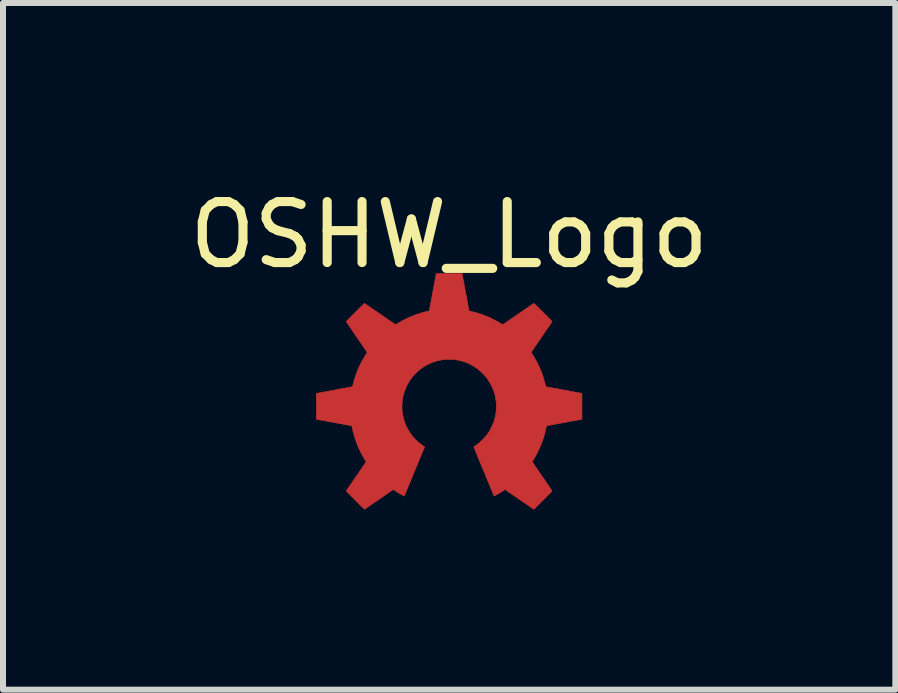
<source format=kicad_pcb>
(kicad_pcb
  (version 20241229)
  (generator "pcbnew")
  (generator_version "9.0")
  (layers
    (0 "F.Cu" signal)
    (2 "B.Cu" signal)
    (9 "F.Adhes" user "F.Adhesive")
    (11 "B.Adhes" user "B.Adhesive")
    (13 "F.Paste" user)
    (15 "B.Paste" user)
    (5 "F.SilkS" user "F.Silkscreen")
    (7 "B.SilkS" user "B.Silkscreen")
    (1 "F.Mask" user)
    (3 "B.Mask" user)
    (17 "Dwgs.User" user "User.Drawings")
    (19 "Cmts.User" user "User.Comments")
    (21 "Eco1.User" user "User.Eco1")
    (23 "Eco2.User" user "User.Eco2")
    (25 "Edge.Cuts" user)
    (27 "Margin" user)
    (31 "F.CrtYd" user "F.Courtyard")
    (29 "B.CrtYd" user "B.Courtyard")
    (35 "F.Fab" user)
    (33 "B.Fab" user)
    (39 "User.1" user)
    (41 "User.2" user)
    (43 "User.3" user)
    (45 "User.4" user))
  (footprint "OSHW_Logo"
    (layer "F.Cu")
    (at 4.433 3.719)
    (property "Reference" "OSHW_Logo" (at 0 -2.857 0) (layer "F.SilkS") (effects (font (size 1.016 1.016) (thickness 0.152))))
    (attr through_hole)
    (fp_poly (pts (xy 0.034 -2.212) (xy 0.06 -2.212) (xy 0.086 -2.212) (xy 0.111 -2.211) (xy 0.134 -2.211) (xy 0.155 -2.211) (xy 0.173 -2.211) (xy 0.189 -2.21) (xy 0.201 -2.21) (xy 0.21 -2.209) (xy 0.215 -2.209) (xy 0.215 -2.209) (xy 0.216 -2.206) (xy 0.217 -2.199) (xy 0.219 -2.188) (xy 0.222 -2.174) (xy 0.225 -2.156) (xy 0.229 -2.134) (xy 0.234 -2.11) (xy 0.239 -2.083) (xy 0.245 -2.054) (xy 0.25 -2.022) (xy 0.257 -1.989) (xy 0.263 -1.954) (xy 0.27 -1.917) (xy 0.274 -1.897) (xy 0.331 -1.589) (xy 0.365 -1.581) (xy 0.448 -1.56) (xy 0.53 -1.535) (xy 0.611 -1.505) (xy 0.69 -1.471) (xy 0.768 -1.432) (xy 0.843 -1.39) (xy 0.866 -1.376) (xy 0.876 -1.37) (xy 0.884 -1.366) (xy 0.891 -1.362) (xy 0.895 -1.361) (xy 0.895 -1.361) (xy 0.897 -1.363) (xy 0.903 -1.367) (xy 0.912 -1.373) (xy 0.924 -1.381) (xy 0.939 -1.392) (xy 0.957 -1.404) (xy 0.978 -1.418) (xy 1 -1.434) (xy 1.025 -1.45) (xy 1.051 -1.469) (xy 1.079 -1.488) (xy 1.109 -1.508) (xy 1.139 -1.529) (xy 1.154 -1.539) (xy 1.185 -1.56) (xy 1.215 -1.581) (xy 1.243 -1.6) (xy 1.271 -1.619) (xy 1.296 -1.636) (xy 1.32 -1.652) (xy 1.341 -1.667) (xy 1.36 -1.68) (xy 1.376 -1.691) (xy 1.39 -1.7) (xy 1.401 -1.707) (xy 1.408 -1.712) (xy 1.412 -1.715) (xy 1.412 -1.715) (xy 1.414 -1.713) (xy 1.419 -1.709) (xy 1.427 -1.702) (xy 1.437 -1.692) (xy 1.449 -1.68) (xy 1.463 -1.666) (xy 1.478 -1.651) (xy 1.495 -1.634) (xy 1.513 -1.616) (xy 1.532 -1.598) (xy 1.551 -1.579) (xy 1.57 -1.559) (xy 1.589 -1.54) (xy 1.608 -1.521) (xy 1.626 -1.503) (xy 1.644 -1.486) (xy 1.66 -1.469) (xy 1.674 -1.455) (xy 1.687 -1.442) (xy 1.698 -1.431) (xy 1.706 -1.422) (xy 1.712 -1.416) (xy 1.715 -1.413) (xy 1.716 -1.412) (xy 1.714 -1.41) (xy 1.711 -1.404) (xy 1.705 -1.395) (xy 1.696 -1.383) (xy 1.686 -1.368) (xy 1.674 -1.35) (xy 1.66 -1.33) (xy 1.645 -1.308) (xy 1.628 -1.283) (xy 1.61 -1.257) (xy 1.591 -1.229) (xy 1.571 -1.2) (xy 1.55 -1.169) (xy 1.541 -1.156) (xy 1.52 -1.125) (xy 1.499 -1.095) (xy 1.48 -1.067) (xy 1.461 -1.04) (xy 1.444 -1.014) (xy 1.428 -0.991) (xy 1.414 -0.969) (xy 1.401 -0.951) (xy 1.39 -0.934) (xy 1.381 -0.921) (xy 1.374 -0.91) (xy 1.369 -0.903) (xy 1.366 -0.899) (xy 1.366 -0.899) (xy 1.367 -0.896) (xy 1.371 -0.89) (xy 1.376 -0.882) (xy 1.382 -0.873) (xy 1.384 -0.869) (xy 1.407 -0.832) (xy 1.431 -0.792) (xy 1.454 -0.75) (xy 1.476 -0.707) (xy 1.496 -0.665) (xy 1.503 -0.651) (xy 1.522 -0.607) (xy 1.541 -0.56) (xy 1.558 -0.511) (xy 1.574 -0.461) (xy 1.589 -0.412) (xy 1.601 -0.365) (xy 1.601 -0.364) (xy 1.61 -0.328) (xy 1.62 -0.326) (xy 1.623 -0.325) (xy 1.631 -0.323) (xy 1.642 -0.321) (xy 1.658 -0.318) (xy 1.676 -0.315) (xy 1.698 -0.311) (xy 1.723 -0.306) (xy 1.751 -0.301) (xy 1.78 -0.296) (xy 1.812 -0.29) (xy 1.845 -0.283) (xy 1.88 -0.277) (xy 1.916 -0.27) (xy 1.921 -0.269) (xy 2.212 -0.215) (xy 2.212 -0.00027) (xy 2.212 0.036) (xy 2.212 0.068) (xy 2.212 0.096) (xy 2.212 0.12) (xy 2.212 0.141) (xy 2.212 0.159) (xy 2.212 0.173) (xy 2.211 0.185) (xy 2.211 0.194) (xy 2.211 0.202) (xy 2.211 0.207) (xy 2.21 0.211) (xy 2.21 0.213) (xy 2.209 0.215) (xy 2.209 0.216) (xy 2.208 0.216) (xy 2.205 0.216) (xy 2.198 0.218) (xy 2.187 0.22) (xy 2.173 0.222) (xy 2.154 0.226) (xy 2.133 0.23) (xy 2.109 0.234) (xy 2.082 0.239) (xy 2.053 0.245) (xy 2.022 0.251) (xy 1.988 0.257) (xy 1.954 0.263) (xy 1.918 0.27) (xy 1.913 0.271) (xy 1.621 0.325) (xy 1.613 0.365) (xy 1.594 0.447) (xy 1.57 0.528) (xy 1.542 0.607) (xy 1.511 0.685) (xy 1.475 0.761) (xy 1.436 0.835) (xy 1.404 0.889) (xy 1.398 0.9) (xy 1.392 0.909) (xy 1.387 0.917) (xy 1.385 0.921) (xy 1.384 0.922) (xy 1.385 0.925) (xy 1.389 0.931) (xy 1.395 0.94) (xy 1.404 0.953) (xy 1.414 0.97) (xy 1.427 0.989) (xy 1.442 1.011) (xy 1.46 1.037) (xy 1.479 1.065) (xy 1.499 1.095) (xy 1.522 1.128) (xy 1.546 1.164) (xy 1.549 1.167) (xy 1.569 1.197) (xy 1.589 1.226) (xy 1.608 1.254) (xy 1.626 1.28) (xy 1.643 1.304) (xy 1.658 1.327) (xy 1.672 1.347) (xy 1.684 1.365) (xy 1.694 1.381) (xy 1.703 1.393) (xy 1.709 1.403) (xy 1.713 1.409) (xy 1.714 1.411) (xy 1.714 1.411) (xy 1.713 1.414) (xy 1.708 1.419) (xy 1.701 1.427) (xy 1.691 1.437) (xy 1.678 1.45) (xy 1.664 1.465) (xy 1.647 1.481) (xy 1.629 1.5) (xy 1.609 1.519) (xy 1.589 1.54) (xy 1.567 1.562) (xy 1.563 1.565) (xy 1.412 1.716) (xy 1.203 1.573) (xy 1.174 1.553) (xy 1.146 1.534) (xy 1.119 1.515) (xy 1.093 1.497) (xy 1.069 1.481) (xy 1.046 1.465) (xy 1.025 1.451) (xy 1.007 1.438) (xy 0.991 1.427) (xy 0.978 1.419) (xy 0.969 1.412) (xy 0.963 1.408) (xy 0.931 1.386) (xy 0.91 1.401) (xy 0.896 1.41) (xy 0.881 1.419) (xy 0.865 1.429) (xy 0.848 1.439) (xy 0.831 1.449) (xy 0.814 1.459) (xy 0.799 1.468) (xy 0.784 1.476) (xy 0.771 1.482) (xy 0.761 1.488) (xy 0.753 1.491) (xy 0.749 1.493) (xy 0.747 1.493) (xy 0.746 1.491) (xy 0.744 1.484) (xy 0.74 1.474) (xy 0.734 1.461) (xy 0.727 1.444) (xy 0.719 1.424) (xy 0.71 1.402) (xy 0.699 1.377) (xy 0.688 1.349) (xy 0.676 1.32) (xy 0.663 1.289) (xy 0.649 1.257) (xy 0.635 1.223) (xy 0.621 1.188) (xy 0.606 1.153) (xy 0.592 1.117) (xy 0.577 1.081) (xy 0.562 1.045) (xy 0.547 1.009) (xy 0.532 0.974) (xy 0.518 0.94) (xy 0.504 0.906) (xy 0.491 0.874) (xy 0.478 0.844) (xy 0.467 0.815) (xy 0.456 0.789) (xy 0.445 0.764) (xy 0.437 0.742) (xy 0.429 0.724) (xy 0.422 0.708) (xy 0.417 0.695) (xy 0.413 0.686) (xy 0.411 0.681) (xy 0.411 0.68) (xy 0.411 0.678) (xy 0.412 0.676) (xy 0.414 0.673) (xy 0.419 0.669) (xy 0.428 0.663) (xy 0.438 0.656) (xy 0.466 0.637) (xy 0.49 0.617) (xy 0.514 0.597) (xy 0.538 0.575) (xy 0.555 0.558) (xy 0.579 0.534) (xy 0.599 0.511) (xy 0.618 0.489) (xy 0.636 0.465) (xy 0.654 0.439) (xy 0.655 0.438) (xy 0.686 0.387) (xy 0.713 0.334) (xy 0.736 0.28) (xy 0.755 0.224) (xy 0.769 0.166) (xy 0.78 0.106) (xy 0.783 0.079) (xy 0.784 0.065) (xy 0.785 0.048) (xy 0.785 0.028) (xy 0.786 0.007) (xy 0.786 -0.014) (xy 0.785 -0.034) (xy 0.785 -0.052) (xy 0.784 -0.067) (xy 0.783 -0.073) (xy 0.775 -0.133) (xy 0.763 -0.189) (xy 0.747 -0.244) (xy 0.727 -0.296) (xy 0.704 -0.347) (xy 0.676 -0.398) (xy 0.664 -0.417) (xy 0.631 -0.466) (xy 0.594 -0.511) (xy 0.554 -0.554) (xy 0.511 -0.594) (xy 0.465 -0.631) (xy 0.416 -0.664) (xy 0.364 -0.693) (xy 0.311 -0.719) (xy 0.255 -0.741) (xy 0.251 -0.742) (xy 0.215 -0.753) (xy 0.177 -0.763) (xy 0.138 -0.771) (xy 0.099 -0.777) (xy 0.074 -0.78) (xy 0.059 -0.781) (xy 0.04 -0.782) (xy 0.02 -0.782) (xy -0.002 -0.782) (xy -0.023 -0.782) (xy -0.044 -0.781) (xy -0.061 -0.781) (xy -0.073 -0.78) (xy -0.132 -0.772) (xy -0.189 -0.76) (xy -0.245 -0.744) (xy -0.3 -0.723) (xy -0.353 -0.699) (xy -0.404 -0.671) (xy -0.453 -0.639) (xy -0.499 -0.604) (xy -0.543 -0.565) (xy -0.583 -0.524) (xy -0.621 -0.479) (xy -0.655 -0.431) (xy -0.686 -0.38) (xy -0.701 -0.353) (xy -0.725 -0.301) (xy -0.744 -0.25) (xy -0.76 -0.197) (xy -0.773 -0.143) (xy -0.781 -0.087) (xy -0.782 -0.084) (xy -0.783 -0.067) (xy -0.785 -0.046) (xy -0.785 -0.023) (xy -0.786 0.001) (xy -0.786 0.024) (xy -0.785 0.047) (xy -0.784 0.067) (xy -0.783 0.079) (xy -0.775 0.139) (xy -0.762 0.196) (xy -0.746 0.252) (xy -0.725 0.307) (xy -0.702 0.356) (xy -0.673 0.409) (xy -0.64 0.459) (xy -0.603 0.507) (xy -0.563 0.551) (xy -0.52 0.593) (xy -0.473 0.631) (xy -0.432 0.66) (xy -0.423 0.666) (xy -0.416 0.672) (xy -0.411 0.676) (xy -0.41 0.678) (xy -0.41 0.678) (xy -0.411 0.68) (xy -0.413 0.687) (xy -0.417 0.697) (xy -0.423 0.711) (xy -0.43 0.728) (xy -0.439 0.749) (xy -0.449 0.772) (xy -0.46 0.799) (xy -0.472 0.828) (xy -0.484 0.859) (xy -0.498 0.892) (xy -0.513 0.928) (xy -0.528 0.965) (xy -0.544 1.003) (xy -0.561 1.043) (xy -0.576 1.079) (xy -0.593 1.12) (xy -0.609 1.16) (xy -0.625 1.199) (xy -0.641 1.236) (xy -0.655 1.271) (xy -0.669 1.305) (xy -0.682 1.336) (xy -0.694 1.365) (xy -0.705 1.391) (xy -0.715 1.415) (xy -0.723 1.436) (xy -0.731 1.453) (xy -0.736 1.467) (xy -0.741 1.477) (xy -0.743 1.484) (xy -0.744 1.486) (xy -0.748 1.495) (xy -0.762 1.487) (xy -0.778 1.479) (xy -0.796 1.469) (xy -0.816 1.458) (xy -0.838 1.445) (xy -0.859 1.433) (xy -0.88 1.42) (xy -0.899 1.408) (xy -0.913 1.399) (xy -0.922 1.393) (xy -0.929 1.389) (xy -0.933 1.388) (xy -0.934 1.388) (xy -0.936 1.39) (xy -0.942 1.394) (xy -0.951 1.4) (xy -0.963 1.408) (xy -0.977 1.418) (xy -0.994 1.43) (xy -1.014 1.443) (xy -1.035 1.457) (xy -1.057 1.473) (xy -1.081 1.489) (xy -1.106 1.506) (xy -1.131 1.524) (xy -1.157 1.542) (xy -1.183 1.559) (xy -1.209 1.577) (xy -1.235 1.595) (xy -1.26 1.612) (xy -1.284 1.628) (xy -1.307 1.644) (xy -1.328 1.658) (xy -1.347 1.672) (xy -1.365 1.684) (xy -1.379 1.694) (xy -1.392 1.702) (xy -1.401 1.709) (xy -1.407 1.713) (xy -1.41 1.714) (xy -1.41 1.714) (xy -1.412 1.713) (xy -1.417 1.709) (xy -1.425 1.701) (xy -1.435 1.692) (xy -1.448 1.679) (xy -1.462 1.665) (xy -1.479 1.649) (xy -1.497 1.631) (xy -1.517 1.611) (xy -1.538 1.59) (xy -1.56 1.569) (xy -1.564 1.564) (xy -1.592 1.536) (xy -1.617 1.511) (xy -1.638 1.489) (xy -1.657 1.471) (xy -1.673 1.454) (xy -1.686 1.441) (xy -1.696 1.43) (xy -1.704 1.421) (xy -1.71 1.415) (xy -1.713 1.411) (xy -1.714 1.409) (xy -1.714 1.409) (xy -1.713 1.407) (xy -1.709 1.401) (xy -1.703 1.392) (xy -1.694 1.379) (xy -1.684 1.364) (xy -1.671 1.346) (xy -1.658 1.326) (xy -1.642 1.304) (xy -1.625 1.279) (xy -1.608 1.253) (xy -1.589 1.225) (xy -1.569 1.196) (xy -1.548 1.167) (xy -1.548 1.166) (xy -1.527 1.136) (xy -1.507 1.107) (xy -1.489 1.08) (xy -1.471 1.053) (xy -1.454 1.029) (xy -1.439 1.007) (xy -1.425 0.987) (xy -1.413 0.969) (xy -1.403 0.954) (xy -1.394 0.941) (xy -1.388 0.932) (xy -1.385 0.927) (xy -1.383 0.924) (xy -1.383 0.924) (xy -1.384 0.922) (xy -1.387 0.916) (xy -1.392 0.908) (xy -1.398 0.899) (xy -1.4 0.896) (xy -1.442 0.823) (xy -1.482 0.748) (xy -1.517 0.67) (xy -1.548 0.591) (xy -1.575 0.511) (xy -1.598 0.429) (xy -1.612 0.369) (xy -1.615 0.355) (xy -1.617 0.344) (xy -1.619 0.334) (xy -1.621 0.328) (xy -1.622 0.325) (xy -1.622 0.325) (xy -1.624 0.324) (xy -1.63 0.323) (xy -1.641 0.321) (xy -1.655 0.319) (xy -1.673 0.315) (xy -1.694 0.311) (xy -1.718 0.307) (xy -1.744 0.302) (xy -1.773 0.297) (xy -1.804 0.291) (xy -1.837 0.285) (xy -1.872 0.278) (xy -1.907 0.272) (xy -1.912 0.271) (xy -1.948 0.264) (xy -1.983 0.258) (xy -2.016 0.252) (xy -2.048 0.246) (xy -2.077 0.24) (xy -2.104 0.235) (xy -2.129 0.231) (xy -2.151 0.227) (xy -2.169 0.223) (xy -2.184 0.22) (xy -2.196 0.218) (xy -2.204 0.217) (xy -2.207 0.216) (xy -2.207 0.216) (xy -2.212 0.215) (xy -2.212 -0.000251) (xy -2.212 -0.215) (xy -1.915 -0.27) (xy -1.878 -0.277) (xy -1.843 -0.284) (xy -1.809 -0.29) (xy -1.778 -0.296) (xy -1.748 -0.301) (xy -1.72 -0.306) (xy -1.695 -0.311) (xy -1.673 -0.315) (xy -1.654 -0.319) (xy -1.638 -0.322) (xy -1.626 -0.324) (xy -1.618 -0.326) (xy -1.614 -0.326) (xy -1.614 -0.326) (xy -1.612 -0.328) (xy -1.61 -0.333) (xy -1.607 -0.34) (xy -1.604 -0.352) (xy -1.601 -0.364) (xy -1.581 -0.44) (xy -1.557 -0.516) (xy -1.528 -0.592) (xy -1.496 -0.666) (xy -1.46 -0.739) (xy -1.42 -0.81) (xy -1.387 -0.864) (xy -1.38 -0.875) (xy -1.374 -0.885) (xy -1.37 -0.892) (xy -1.367 -0.897) (xy -1.366 -0.899) (xy -1.368 -0.901) (xy -1.371 -0.907) (xy -1.377 -0.916) (xy -1.386 -0.928) (xy -1.396 -0.943) (xy -1.408 -0.961) (xy -1.422 -0.982) (xy -1.437 -1.004) (xy -1.454 -1.029) (xy -1.472 -1.055) (xy -1.491 -1.083) (xy -1.511 -1.112) (xy -1.532 -1.143) (xy -1.541 -1.156) (xy -1.562 -1.187) (xy -1.583 -1.217) (xy -1.602 -1.245) (xy -1.621 -1.272) (xy -1.638 -1.297) (xy -1.654 -1.321) (xy -1.668 -1.342) (xy -1.681 -1.361) (xy -1.692 -1.377) (xy -1.701 -1.391) (xy -1.708 -1.401) (xy -1.713 -1.408) (xy -1.715 -1.412) (xy -1.716 -1.412) (xy -1.714 -1.414) (xy -1.709 -1.419) (xy -1.702 -1.426) (xy -1.692 -1.436) (xy -1.68 -1.448) (xy -1.667 -1.462) (xy -1.651 -1.478) (xy -1.634 -1.495) (xy -1.617 -1.513) (xy -1.598 -1.531) (xy -1.579 -1.55) (xy -1.56 -1.57) (xy -1.54 -1.589) (xy -1.522 -1.608) (xy -1.503 -1.626) (xy -1.486 -1.643) (xy -1.47 -1.659) (xy -1.455 -1.674) (xy -1.442 -1.687) (xy -1.431 -1.697) (xy -1.422 -1.706) (xy -1.416 -1.712) (xy -1.413 -1.715) (xy -1.412 -1.715) (xy -1.41 -1.714) (xy -1.405 -1.71) (xy -1.395 -1.704) (xy -1.383 -1.696) (xy -1.368 -1.686) (xy -1.35 -1.673) (xy -1.33 -1.66) (xy -1.308 -1.644) (xy -1.283 -1.627) (xy -1.257 -1.609) (xy -1.229 -1.59) (xy -1.199 -1.57) (xy -1.169 -1.549) (xy -1.154 -1.539) (xy -1.123 -1.518) (xy -1.093 -1.497) (xy -1.064 -1.478) (xy -1.037 -1.459) (xy -1.012 -1.441) (xy -0.988 -1.425) (xy -0.967 -1.41) (xy -0.947 -1.397) (xy -0.931 -1.386) (xy -0.917 -1.377) (xy -0.907 -1.369) (xy -0.899 -1.364) (xy -0.895 -1.362) (xy -0.895 -1.361) (xy -0.892 -1.362) (xy -0.886 -1.365) (xy -0.878 -1.369) (xy -0.868 -1.375) (xy -0.866 -1.376) (xy -0.792 -1.419) (xy -0.717 -1.458) (xy -0.639 -1.493) (xy -0.561 -1.524) (xy -0.481 -1.551) (xy -0.4 -1.573) (xy -0.365 -1.581) (xy -0.331 -1.589) (xy -0.274 -1.897) (xy -0.267 -1.934) (xy -0.26 -1.97) (xy -0.254 -2.005) (xy -0.248 -2.037) (xy -0.242 -2.068) (xy -0.237 -2.096) (xy -0.232 -2.122) (xy -0.227 -2.145) (xy -0.224 -2.165) (xy -0.221 -2.181) (xy -0.218 -2.194) (xy -0.216 -2.203) (xy -0.215 -2.208) (xy -0.215 -2.209) (xy -0.213 -2.209) (xy -0.206 -2.21) (xy -0.196 -2.21) (xy -0.182 -2.21) (xy -0.165 -2.211) (xy -0.145 -2.211) (xy -0.123 -2.211) (xy -0.099 -2.211) (xy -0.074 -2.212) (xy -0.048 -2.212) (xy -0.021 -2.212) (xy 0.006 -2.212) (xy 0.034 -2.212)) (stroke (width 0.01) (type solid)) (fill yes) (layer "F.Cu")))
  (gr_rect
    (start -3 -3)
    (end 11.866 8.44)
    (stroke (width 0.1) (type default))
    (fill no)
    (layer "Edge.Cuts")))
</source>
